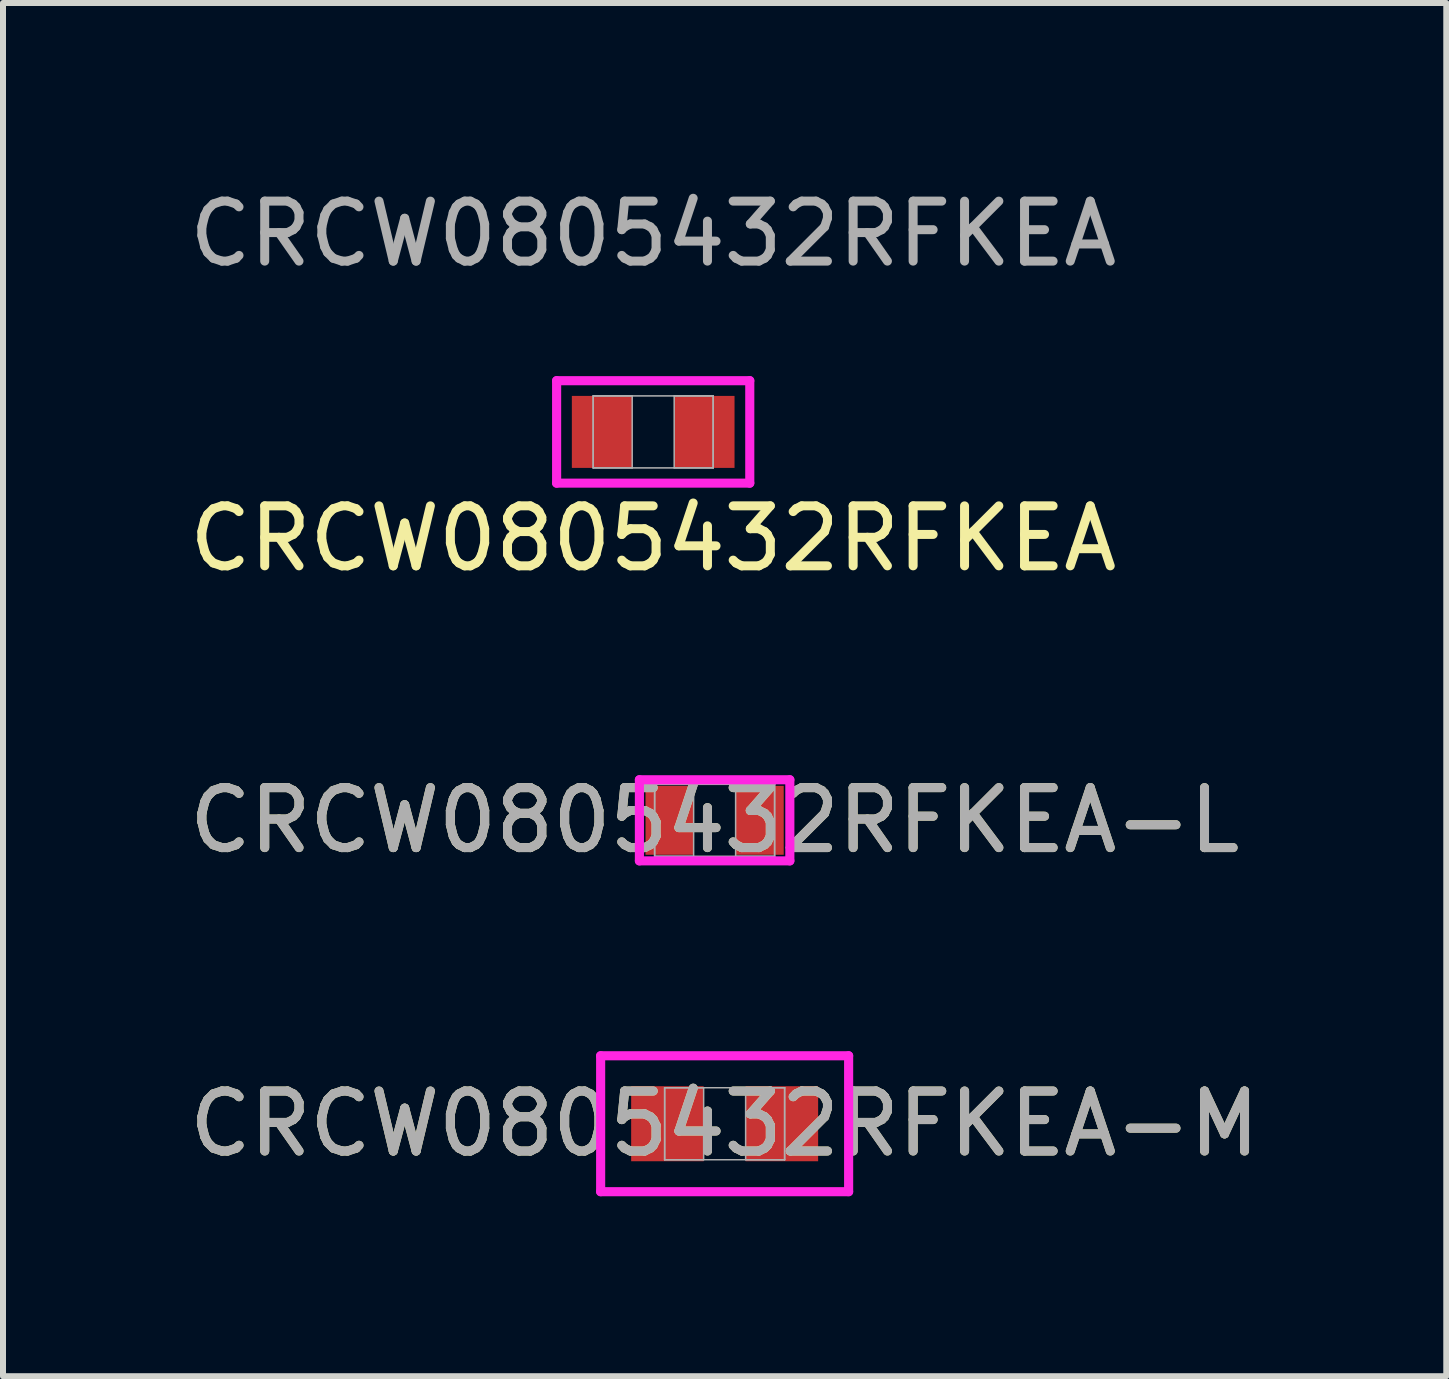
<source format=kicad_pcb>
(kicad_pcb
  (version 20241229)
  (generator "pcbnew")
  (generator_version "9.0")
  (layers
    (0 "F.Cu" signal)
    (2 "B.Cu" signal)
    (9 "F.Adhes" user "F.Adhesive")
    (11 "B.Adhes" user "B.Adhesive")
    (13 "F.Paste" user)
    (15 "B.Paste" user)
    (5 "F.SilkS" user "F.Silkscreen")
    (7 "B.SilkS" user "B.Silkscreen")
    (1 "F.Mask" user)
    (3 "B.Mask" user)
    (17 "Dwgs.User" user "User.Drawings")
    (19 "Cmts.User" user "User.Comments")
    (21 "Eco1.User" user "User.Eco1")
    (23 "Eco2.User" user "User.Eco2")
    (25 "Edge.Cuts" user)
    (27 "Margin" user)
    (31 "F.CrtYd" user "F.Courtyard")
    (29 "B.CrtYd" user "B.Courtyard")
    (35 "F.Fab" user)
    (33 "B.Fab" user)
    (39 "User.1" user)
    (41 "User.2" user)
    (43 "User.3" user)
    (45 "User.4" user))
  (footprint "CRCW0805432RFKEA"
    (layer "F.Cu")
    (at 7.839 4.15)
    (property "Reference" "CRCW0805432RFKEA" (at 0 1.778 0) (unlocked yes) (layer "F.SilkS") (effects (font (size 1 1) (thickness 0.15))))
    (attr smd)
    (fp_line (start -1.61 -0.854) (end 1.61 -0.854) (stroke (width 0.152) (type solid)) (layer "F.CrtYd"))
    (fp_line (start -1.61 0.854) (end -1.61 -0.854) (stroke (width 0.152) (type solid)) (layer "F.CrtYd"))
    (fp_line (start 1.61 -0.854) (end 1.61 0.854) (stroke (width 0.152) (type solid)) (layer "F.CrtYd"))
    (fp_line (start 1.61 0.854) (end -1.61 0.854) (stroke (width 0.152) (type solid)) (layer "F.CrtYd"))
    (fp_line (start -1 -0.6) (end -1 0.6) (stroke (width 0.025) (type solid)) (layer "F.Fab"))
    (fp_line (start -1 -0.6) (end -1 0.6) (stroke (width 0.025) (type solid)) (layer "F.Fab"))
    (fp_line (start -1 0.6) (end -0.35 0.6) (stroke (width 0.025) (type solid)) (layer "F.Fab"))
    (fp_line (start -1 0.6) (end 1 0.6) (stroke (width 0.025) (type solid)) (layer "F.Fab"))
    (fp_line (start -0.35 -0.6) (end -1 -0.6) (stroke (width 0.025) (type solid)) (layer "F.Fab"))
    (fp_line (start -0.35 0.6) (end -0.35 -0.6) (stroke (width 0.025) (type solid)) (layer "F.Fab"))
    (fp_line (start 0.35 -0.6) (end 0.35 0.6) (stroke (width 0.025) (type solid)) (layer "F.Fab"))
    (fp_line (start 0.35 0.6) (end 1 0.6) (stroke (width 0.025) (type solid)) (layer "F.Fab"))
    (fp_line (start 1 -0.6) (end -1 -0.6) (stroke (width 0.025) (type solid)) (layer "F.Fab"))
    (fp_line (start 1 -0.6) (end 0.35 -0.6) (stroke (width 0.025) (type solid)) (layer "F.Fab"))
    (fp_line (start 1 0.6) (end 1 -0.6) (stroke (width 0.025) (type solid)) (layer "F.Fab"))
    (fp_line (start 1 0.6) (end 1 -0.6) (stroke (width 0.025) (type solid)) (layer "F.Fab"))
    (fp_text user "${REFERENCE}" (at 0 -3.302 0) (unlocked yes) (layer "F.Fab") (effects (font (size 1 1) (thickness 0.15))))
    (pad "1" smd rect (at -0.853 0) (size 1.006 1.2) (layers "F.Cu" "F.Mask" "F.Paste"))
    (pad "2" smd rect (at 0.853 0) (size 1.006 1.2) (layers "F.Cu" "F.Mask" "F.Paste"))
    (zone (net_name "") (layer "F.Cu") (hatch full 0.508) (connect_pads) (min_thickness 0.254) (filled_areas_thickness no) (keepout (tracks not_allowed) (vias not_allowed) (pads allowed) (copperpour not_allowed) (footprints allowed)) (placement (enabled no)) (fill) (polygon (pts (xy 7.54 3.601) (xy 8.138 3.601) (xy 8.138 4.699) (xy 7.54 4.699)))))
  (footprint "CRCW0805432RFKEA-L"
    (layer "F.Cu")
    (at 8.863 10.625)
    (property "Reference" "CRCW0805432RFKEA-L" (at 0 0 0) (unlocked yes) (layer "F.SilkS") (effects (font (size 1 1) (thickness 0.15))))
    (attr smd)
    (fp_line (start -1.254 -0.676) (end 1.254 -0.676) (stroke (width 0.152) (type solid)) (layer "F.CrtYd"))
    (fp_line (start -1.254 0.676) (end -1.254 -0.676) (stroke (width 0.152) (type solid)) (layer "F.CrtYd"))
    (fp_line (start 1.254 -0.676) (end 1.254 0.676) (stroke (width 0.152) (type solid)) (layer "F.CrtYd"))
    (fp_line (start 1.254 0.676) (end -1.254 0.676) (stroke (width 0.152) (type solid)) (layer "F.CrtYd"))
    (fp_line (start -1 -0.6) (end -1 0.6) (stroke (width 0.025) (type solid)) (layer "F.Fab"))
    (fp_line (start -1 -0.6) (end -1 0.6) (stroke (width 0.025) (type solid)) (layer "F.Fab"))
    (fp_line (start -1 0.6) (end -0.35 0.6) (stroke (width 0.025) (type solid)) (layer "F.Fab"))
    (fp_line (start -1 0.6) (end 1 0.6) (stroke (width 0.025) (type solid)) (layer "F.Fab"))
    (fp_line (start -0.35 -0.6) (end -1 -0.6) (stroke (width 0.025) (type solid)) (layer "F.Fab"))
    (fp_line (start -0.35 0.6) (end -0.35 -0.6) (stroke (width 0.025) (type solid)) (layer "F.Fab"))
    (fp_line (start 0.35 -0.6) (end 0.35 0.6) (stroke (width 0.025) (type solid)) (layer "F.Fab"))
    (fp_line (start 0.35 0.6) (end 1 0.6) (stroke (width 0.025) (type solid)) (layer "F.Fab"))
    (fp_line (start 1 -0.6) (end -1 -0.6) (stroke (width 0.025) (type solid)) (layer "F.Fab"))
    (fp_line (start 1 -0.6) (end 0.35 -0.6) (stroke (width 0.025) (type solid)) (layer "F.Fab"))
    (fp_line (start 1 0.6) (end 1 -0.6) (stroke (width 0.025) (type solid)) (layer "F.Fab"))
    (fp_line (start 1 0.6) (end 1 -0.6) (stroke (width 0.025) (type solid)) (layer "F.Fab"))
    (fp_text user "${REFERENCE}" (at 0 0 0) (unlocked yes) (layer "F.Fab") (effects (font (size 1 1) (thickness 0.15))))
    (pad "1" smd rect (at -0.751 0) (size 0.802 1.149) (layers "F.Cu" "F.Mask" "F.Paste"))
    (pad "2" smd rect (at 0.751 0) (size 0.802 1.149) (layers "F.Cu" "F.Mask" "F.Paste"))
    (zone (net_name "") (layer "F.Cu") (hatch full 0.508) (connect_pads) (min_thickness 0.254) (filled_areas_thickness no) (keepout (tracks not_allowed) (vias not_allowed) (pads allowed) (copperpour not_allowed) (footprints allowed)) (placement (enabled no)) (fill) (polygon (pts (xy 8.564 10.076) (xy 9.162 10.076) (xy 9.162 11.174) (xy 8.564 11.174)))))
  (footprint "CRCW0805432RFKEA-M"
    (layer "F.Cu")
    (at 9.03 15.683)
    (property "Reference" "CRCW0805432RFKEA-M" (at 0 0 0) (unlocked yes) (layer "F.SilkS") (effects (font (size 1 1) (thickness 0.15))))
    (attr smd)
    (fp_line (start -2.067 -1.133) (end 2.067 -1.133) (stroke (width 0.152) (type solid)) (layer "F.CrtYd"))
    (fp_line (start -2.067 1.133) (end -2.067 -1.133) (stroke (width 0.152) (type solid)) (layer "F.CrtYd"))
    (fp_line (start 2.067 -1.133) (end 2.067 1.133) (stroke (width 0.152) (type solid)) (layer "F.CrtYd"))
    (fp_line (start 2.067 1.133) (end -2.067 1.133) (stroke (width 0.152) (type solid)) (layer "F.CrtYd"))
    (fp_line (start -1 -0.6) (end -1 0.6) (stroke (width 0.025) (type solid)) (layer "F.Fab"))
    (fp_line (start -1 -0.6) (end -1 0.6) (stroke (width 0.025) (type solid)) (layer "F.Fab"))
    (fp_line (start -1 0.6) (end -0.35 0.6) (stroke (width 0.025) (type solid)) (layer "F.Fab"))
    (fp_line (start -1 0.6) (end 1 0.6) (stroke (width 0.025) (type solid)) (layer "F.Fab"))
    (fp_line (start -0.35 -0.6) (end -1 -0.6) (stroke (width 0.025) (type solid)) (layer "F.Fab"))
    (fp_line (start -0.35 0.6) (end -0.35 -0.6) (stroke (width 0.025) (type solid)) (layer "F.Fab"))
    (fp_line (start 0.35 -0.6) (end 0.35 0.6) (stroke (width 0.025) (type solid)) (layer "F.Fab"))
    (fp_line (start 0.35 0.6) (end 1 0.6) (stroke (width 0.025) (type solid)) (layer "F.Fab"))
    (fp_line (start 1 -0.6) (end -1 -0.6) (stroke (width 0.025) (type solid)) (layer "F.Fab"))
    (fp_line (start 1 -0.6) (end 0.35 -0.6) (stroke (width 0.025) (type solid)) (layer "F.Fab"))
    (fp_line (start 1 0.6) (end 1 -0.6) (stroke (width 0.025) (type solid)) (layer "F.Fab"))
    (fp_line (start 1 0.6) (end 1 -0.6) (stroke (width 0.025) (type solid)) (layer "F.Fab"))
    (fp_text user "${REFERENCE}" (at 0 0 0) (unlocked yes) (layer "F.Fab") (effects (font (size 1 1) (thickness 0.15))))
    (pad "1" smd rect (at -0.954 0) (size 1.209 1.251) (layers "F.Cu" "F.Mask" "F.Paste"))
    (pad "2" smd rect (at 0.954 0) (size 1.209 1.251) (layers "F.Cu" "F.Mask" "F.Paste"))
    (zone (net_name "") (layer "F.Cu") (hatch full 0.508) (connect_pads) (min_thickness 0.254) (filled_areas_thickness no) (keepout (tracks not_allowed) (vias not_allowed) (pads allowed) (copperpour not_allowed) (footprints allowed)) (placement (enabled no)) (fill) (polygon (pts (xy 8.731 15.133) (xy 9.329 15.133) (xy 9.329 16.232) (xy 8.731 16.232)))))
  (gr_rect
    (start -3 -3)
    (end 21.06 19.892)
    (stroke (width 0.1) (type default))
    (fill no)
    (layer "Edge.Cuts")))
</source>
